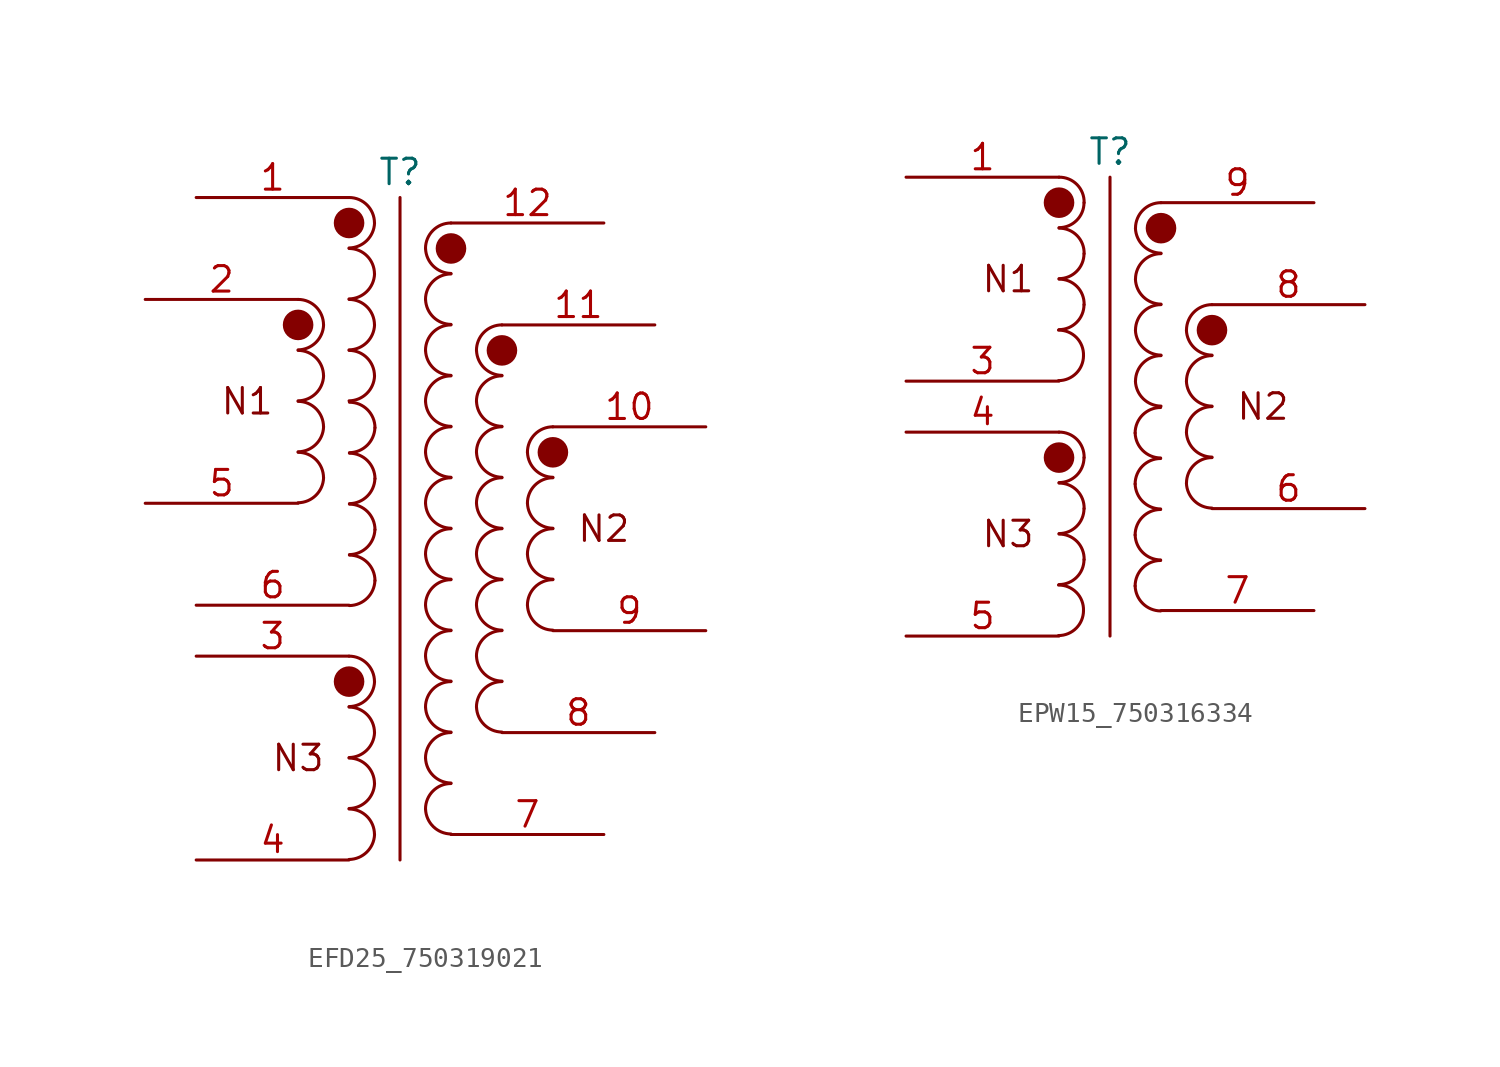
<source format=kicad_sym>
(kicad_symbol_lib
  (version 20220914)
  (generator kicad_symbol_editor)
  (symbol "EFD25_750319021"
    (pin_names hide)
    (property "Reference" "T"
      (at 0 17.78 0)
      (effects (font (size 1.27 1.27))))
    (property "Critical Parameter" ""
      (at 0 -5.08 0)
      (effects (font (size 1.27 1.27)) (justify left)))
    (symbol "EFD25_750319021_0_1"
      (arc (start -5.08 1.2954) (mid -4.1961 1.6637) (end -3.81 2.54) (stroke (width 0) (type default)) (fill (type none)))
      (arc (start -5.08 3.8354) (mid -4.1961 4.2037) (end -3.81 5.08) (stroke (width 0) (type default)) (fill (type none)))
      (arc (start -5.08 6.3754) (mid -4.1961 6.7437) (end -3.81 7.62) (stroke (width 0) (type default)) (fill (type none)))
      (arc (start -5.08 8.9154) (mid -4.1961 9.2837) (end -3.81 10.16) (stroke (width 0) (type default)) (fill (type none)))
      (arc (start -3.81 2.54) (mid -4.182 3.438) (end -5.08 3.81) (stroke (width 0) (type default)) (fill (type none)))
      (arc (start -3.81 5.08) (mid -4.182 5.978) (end -5.08 6.35) (stroke (width 0) (type default)) (fill (type none)))
      (arc (start -3.81 7.62) (mid -4.182 8.518) (end -5.08 8.89) (stroke (width 0) (type default)) (fill (type none)))
      (arc (start -3.81 10.16) (mid -4.182 11.058) (end -5.08 11.43) (stroke (width 0) (type default)) (fill (type none)))
      (arc (start -2.54 -16.4846) (mid -1.6561 -16.1163) (end -1.27 -15.24) (stroke (width 0) (type default)) (fill (type none)))
      (arc (start -2.54 -13.9446) (mid -1.6561 -13.5763) (end -1.27 -12.7) (stroke (width 0) (type default)) (fill (type none)))
      (arc (start -2.54 -11.4046) (mid -1.6561 -11.0363) (end -1.27 -10.16) (stroke (width 0) (type default)) (fill (type none)))
      (arc (start -2.54 -8.8646) (mid -1.6561 -8.4963) (end -1.27 -7.62) (stroke (width 0) (type default)) (fill (type none)))
      (arc (start -2.54 6.3754) (mid -1.6561 6.7437) (end -1.27 7.62) (stroke (width 0) (type default)) (fill (type none)))
      (arc (start -2.54 8.9154) (mid -1.6561 9.2837) (end -1.27 10.16) (stroke (width 0) (type default)) (fill (type none)))
      (arc (start -2.54 11.4554) (mid -1.6561 11.8237) (end -1.27 12.7) (stroke (width 0) (type default)) (fill (type none)))
      (arc (start -2.54 13.9954) (mid -1.6561 14.3637) (end -1.27 15.24) (stroke (width 0) (type default)) (fill (type none)))
      (arc (start -2.5215 -3.8291) (mid -1.6376 -3.4608) (end -1.2515 -2.5845) (stroke (width 0) (type default)) (fill (type none)))
      (arc (start -2.5215 -1.2891) (mid -1.6376 -0.9208) (end -1.2515 -0.0445) (stroke (width 0) (type default)) (fill (type none)))
      (arc (start -2.5215 1.2509) (mid -1.6376 1.6192) (end -1.2515 2.4955) (stroke (width 0) (type default)) (fill (type none)))
      (arc (start -2.5215 3.7909) (mid -1.6376 4.1592) (end -1.2515 5.0355) (stroke (width 0) (type default)) (fill (type none)))
      (arc (start -1.27 -15.24) (mid -1.642 -14.342) (end -2.54 -13.97) (stroke (width 0) (type default)) (fill (type none)))
      (arc (start -1.27 -12.7) (mid -1.642 -11.802) (end -2.54 -11.43) (stroke (width 0) (type default)) (fill (type none)))
      (arc (start -1.27 -10.16) (mid -1.642 -9.262) (end -2.54 -8.89) (stroke (width 0) (type default)) (fill (type none)))
      (arc (start -1.27 -7.62) (mid -1.642 -6.722) (end -2.54 -6.35) (stroke (width 0) (type default)) (fill (type none)))
      (arc (start -1.27 7.62) (mid -1.642 8.518) (end -2.54 8.89) (stroke (width 0) (type default)) (fill (type none)))
      (arc (start -1.27 10.16) (mid -1.642 11.058) (end -2.54 11.43) (stroke (width 0) (type default)) (fill (type none)))
      (arc (start -1.27 12.7) (mid -1.642 13.598) (end -2.54 13.97) (stroke (width 0) (type default)) (fill (type none)))
      (arc (start -1.27 15.24) (mid -1.642 16.138) (end -2.54 16.51) (stroke (width 0) (type default)) (fill (type none)))
      (arc (start -1.2515 -2.5845) (mid -1.6235 -1.6865) (end -2.5215 -1.3145) (stroke (width 0) (type default)) (fill (type none)))
      (arc (start -1.2515 -0.0445) (mid -1.6235 0.8535) (end -2.5215 1.2255) (stroke (width 0) (type default)) (fill (type none)))
      (arc (start -1.2515 2.4955) (mid -1.6235 3.3935) (end -2.5215 3.7655) (stroke (width 0) (type default)) (fill (type none)))
      (arc (start -1.2515 5.0355) (mid -1.6235 5.9335) (end -2.5215 6.3055) (stroke (width 0) (type default)) (fill (type none)))
      (polyline (pts (xy 0 16.51) (xy 0 -16.51)) (stroke (width 0) (type default)) (fill (type none)))
      (arc (start 1.27 -13.97) (mid 1.656 -14.8464) (end 2.54 -15.2146) (stroke (width 0) (type default)) (fill (type none)))
      (arc (start 1.27 -11.43) (mid 1.656 -12.3064) (end 2.54 -12.6746) (stroke (width 0) (type default)) (fill (type none)))
      (arc (start 1.27 -8.89) (mid 1.656 -9.7664) (end 2.54 -10.1346) (stroke (width 0) (type default)) (fill (type none)))
      (arc (start 1.27 -6.35) (mid 1.656 -7.2264) (end 2.54 -7.5946) (stroke (width 0) (type default)) (fill (type none)))
      (arc (start 1.27 -3.81) (mid 1.656 -4.6864) (end 2.54 -5.0546) (stroke (width 0) (type default)) (fill (type none)))
      (arc (start 1.27 -1.27) (mid 1.656 -2.1464) (end 2.54 -2.5146) (stroke (width 0) (type default)) (fill (type none)))
      (arc (start 1.27 1.27) (mid 1.656 0.3936) (end 2.54 0.0254) (stroke (width 0) (type default)) (fill (type none)))
      (arc (start 1.27 3.81) (mid 1.656 2.9336) (end 2.54 2.5654) (stroke (width 0) (type default)) (fill (type none)))
      (arc (start 1.27 6.35) (mid 1.656 5.4736) (end 2.54 5.1054) (stroke (width 0) (type default)) (fill (type none)))
      (arc (start 1.27 8.89) (mid 1.656 8.0136) (end 2.54 7.6454) (stroke (width 0) (type default)) (fill (type none)))
      (arc (start 1.27 11.43) (mid 1.656 10.5536) (end 2.54 10.1854) (stroke (width 0) (type default)) (fill (type none)))
      (arc (start 1.27 13.97) (mid 1.656 13.0936) (end 2.54 12.7254) (stroke (width 0) (type default)) (fill (type none)))
      (arc (start 2.54 -12.7) (mid 1.642 -13.072) (end 1.27 -13.97) (stroke (width 0) (type default)) (fill (type none)))
      (arc (start 2.54 -10.16) (mid 1.642 -10.532) (end 1.27 -11.43) (stroke (width 0) (type default)) (fill (type none)))
      (arc (start 2.54 -7.62) (mid 1.642 -7.992) (end 1.27 -8.89) (stroke (width 0) (type default)) (fill (type none)))
      (arc (start 2.54 -5.08) (mid 1.642 -5.452) (end 1.27 -6.35) (stroke (width 0) (type default)) (fill (type none)))
      (arc (start 2.54 -2.54) (mid 1.642 -2.912) (end 1.27 -3.81) (stroke (width 0) (type default)) (fill (type none)))
      (arc (start 2.54 0) (mid 1.642 -0.372) (end 1.27 -1.27) (stroke (width 0) (type default)) (fill (type none)))
      (arc (start 2.54 2.54) (mid 1.642 2.168) (end 1.27 1.27) (stroke (width 0) (type default)) (fill (type none)))
      (arc (start 2.54 5.08) (mid 1.642 4.708) (end 1.27 3.81) (stroke (width 0) (type default)) (fill (type none)))
      (arc (start 2.54 7.62) (mid 1.642 7.248) (end 1.27 6.35) (stroke (width 0) (type default)) (fill (type none)))
      (arc (start 2.54 10.16) (mid 1.642 9.788) (end 1.27 8.89) (stroke (width 0) (type default)) (fill (type none)))
      (arc (start 2.54 12.7) (mid 1.642 12.328) (end 1.27 11.43) (stroke (width 0) (type default)) (fill (type none)))
      (arc (start 2.54 15.24) (mid 1.642 14.868) (end 1.27 13.97) (stroke (width 0) (type default)) (fill (type none)))
      (arc (start 3.81 -8.89) (mid 4.196 -9.7664) (end 5.08 -10.1346) (stroke (width 0) (type default)) (fill (type none)))
      (arc (start 3.81 -6.35) (mid 4.196 -7.2264) (end 5.08 -7.5946) (stroke (width 0) (type default)) (fill (type none)))
      (arc (start 3.81 -3.81) (mid 4.196 -4.6864) (end 5.08 -5.0546) (stroke (width 0) (type default)) (fill (type none)))
      (arc (start 3.81 -1.27) (mid 4.196 -2.1464) (end 5.08 -2.5146) (stroke (width 0) (type default)) (fill (type none)))
      (arc (start 3.81 1.27) (mid 4.196 0.3936) (end 5.08 0.0254) (stroke (width 0) (type default)) (fill (type none)))
      (arc (start 3.81 3.81) (mid 4.196 2.9336) (end 5.08 2.5654) (stroke (width 0) (type default)) (fill (type none)))
      (arc (start 3.81 6.35) (mid 4.196 5.4736) (end 5.08 5.1054) (stroke (width 0) (type default)) (fill (type none)))
      (arc (start 3.81 8.89) (mid 4.196 8.0136) (end 5.08 7.6454) (stroke (width 0) (type default)) (fill (type none)))
      (arc (start 5.08 -7.62) (mid 4.182 -7.992) (end 3.81 -8.89) (stroke (width 0) (type default)) (fill (type none)))
      (arc (start 5.08 -5.08) (mid 4.182 -5.452) (end 3.81 -6.35) (stroke (width 0) (type default)) (fill (type none)))
      (arc (start 5.08 -2.54) (mid 4.182 -2.912) (end 3.81 -3.81) (stroke (width 0) (type default)) (fill (type none)))
      (arc (start 5.08 0) (mid 4.182 -0.372) (end 3.81 -1.27) (stroke (width 0) (type default)) (fill (type none)))
      (arc (start 5.08 2.54) (mid 4.182 2.168) (end 3.81 1.27) (stroke (width 0) (type default)) (fill (type none)))
      (arc (start 5.08 5.08) (mid 4.182 4.708) (end 3.81 3.81) (stroke (width 0) (type default)) (fill (type none)))
      (arc (start 5.08 7.62) (mid 4.182 7.248) (end 3.81 6.35) (stroke (width 0) (type default)) (fill (type none)))
      (arc (start 5.08 10.16) (mid 4.182 9.788) (end 3.81 8.89) (stroke (width 0) (type default)) (fill (type none)))
      (arc (start 6.35 -3.81) (mid 6.7361 -4.6863) (end 7.62 -5.0546) (stroke (width 0) (type default)) (fill (type none)))
      (arc (start 6.35 -1.27) (mid 6.7361 -2.1463) (end 7.62 -2.5146) (stroke (width 0) (type default)) (fill (type none)))
      (arc (start 6.35 1.27) (mid 6.7361 0.3937) (end 7.62 0.0254) (stroke (width 0) (type default)) (fill (type none)))
      (arc (start 6.35 3.81) (mid 6.7361 2.9337) (end 7.62 2.5654) (stroke (width 0) (type default)) (fill (type none)))
      (arc (start 7.62 -2.54) (mid 6.722 -2.912) (end 6.35 -3.81) (stroke (width 0) (type default)) (fill (type none)))
      (arc (start 7.62 0) (mid 6.722 -0.372) (end 6.35 -1.27) (stroke (width 0) (type default)) (fill (type none)))
      (arc (start 7.62 2.54) (mid 6.722 2.168) (end 6.35 1.27) (stroke (width 0) (type default)) (fill (type none)))
      (arc (start 7.62 5.08) (mid 6.722 4.708) (end 6.35 3.81) (stroke (width 0) (type default)) (fill (type none))))
    (symbol "EFD25_750319021_1_1"
      (circle (center -5.08 10.16) (radius 0.0001) (stroke (width 0.762) (type default)) (fill (type none)))
      (circle (center -2.54 -7.62) (radius 0.0001) (stroke (width 0.762) (type default)) (fill (type none)))
      (circle (center -2.54 15.24) (radius 0.0001) (stroke (width 0.762) (type default)) (fill (type none)))
      (circle (center 2.54 13.97) (radius 0.0001) (stroke (width 0.762) (type default)) (fill (type none)))
      (circle (center 5.08 8.89) (radius 0.0001) (stroke (width 0.762) (type default)) (fill (type none)))
      (circle (center 7.62 3.81) (radius 0.0001) (stroke (width 0.762) (type default)) (fill (type none)))
      (text "N1" (at -7.62 6.35 0) (effects (font (size 1.27 1.27))))
      (text "N2" (at 10.16 0 0) (effects (font (size 1.27 1.27))))
      (text "N3" (at -5.08 -11.43 0) (effects (font (size 1.27 1.27))))
      (pin passive line (at -10.16 16.51 0) (length 7.62) (name "1" (effects (font (size 1.27 1.27)))) (number "1" (effects (font (size 1.27 1.27)))))
      (pin passive line (at 15.24 5.08 180) (length 7.62) (name "10" (effects (font (size 1.27 1.27)))) (number "10" (effects (font (size 1.27 1.27)))))
      (pin passive line (at 12.7 10.16 180) (length 7.62) (name "11" (effects (font (size 1.27 1.27)))) (number "11" (effects (font (size 1.27 1.27)))))
      (pin passive line (at 10.16 15.24 180) (length 7.62) (name "12" (effects (font (size 1.27 1.27)))) (number "12" (effects (font (size 1.27 1.27)))))
      (pin passive line (at -12.7 11.43 0) (length 7.62) (name "2" (effects (font (size 1.27 1.27)))) (number "2" (effects (font (size 1.27 1.27)))))
      (pin passive line (at -10.16 -6.35 0) (length 7.62) (name "3" (effects (font (size 1.27 1.27)))) (number "3" (effects (font (size 1.27 1.27)))))
      (pin passive line (at -10.16 -16.51 0) (length 7.62) (name "4" (effects (font (size 1.27 1.27)))) (number "4" (effects (font (size 1.27 1.27)))))
      (pin passive line (at -12.7 1.27 0) (length 7.62) (name "5" (effects (font (size 1.27 1.27)))) (number "5" (effects (font (size 1.27 1.27)))))
      (pin passive line (at -10.16 -3.81 0) (length 7.62) (name "6" (effects (font (size 1.27 1.27)))) (number "6" (effects (font (size 1.27 1.27)))))
      (pin passive line (at 10.16 -15.24 180) (length 7.62) (name "7" (effects (font (size 1.27 1.27)))) (number "7" (effects (font (size 1.27 1.27)))))
      (pin passive line (at 12.7 -10.16 180) (length 7.62) (name "8" (effects (font (size 1.27 1.27)))) (number "8" (effects (font (size 1.27 1.27)))))
      (pin passive line (at 15.24 -5.08 180) (length 7.62) (name "9" (effects (font (size 1.27 1.27)))) (number "9" (effects (font (size 1.27 1.27)))))))
  (symbol "EPW15_750316334"
    (pin_names hide)
    (property "Reference" "T"
      (at 0 12.7 0)
      (effects (font (size 1.27 1.27))))
    (property "Critical Parameter" ""
      (at 0 -5.08 0)
      (effects (font (size 1.27 1.27)) (justify left)))
    (symbol "EPW15_750316334_0_1"
      (arc (start -2.5654 -11.4046) (mid -1.6855 -11.0399) (end -1.3208 -10.16) (stroke (width 0) (type default)) (fill (type none)))
      (arc (start -2.5654 1.2954) (mid -1.6855 1.6601) (end -1.3208 2.54) (stroke (width 0) (type default)) (fill (type none)))
      (arc (start -2.54 -8.8646) (mid -1.6601 -8.4999) (end -1.2954 -7.62) (stroke (width 0) (type default)) (fill (type none)))
      (arc (start -2.54 -6.3246) (mid -1.6601 -5.9599) (end -1.2954 -5.08) (stroke (width 0) (type default)) (fill (type none)))
      (arc (start -2.54 -3.7846) (mid -1.6601 -3.4199) (end -1.2954 -2.54) (stroke (width 0) (type default)) (fill (type none)))
      (arc (start -2.54 3.8354) (mid -1.6601 4.2001) (end -1.2954 5.08) (stroke (width 0) (type default)) (fill (type none)))
      (arc (start -2.54 6.3754) (mid -1.6601 6.7401) (end -1.2954 7.62) (stroke (width 0) (type default)) (fill (type none)))
      (arc (start -2.54 8.9154) (mid -1.6601 9.2801) (end -1.2954 10.16) (stroke (width 0) (type default)) (fill (type none)))
      (arc (start -1.3208 -10.16) (mid -1.6708 -9.2582) (end -2.5654 -8.89) (stroke (width 0) (type default)) (fill (type none)))
      (arc (start -1.3208 2.54) (mid -1.6708 3.4418) (end -2.5654 3.81) (stroke (width 0) (type default)) (fill (type none)))
      (arc (start -1.2954 -7.62) (mid -1.646 -6.7187) (end -2.54 -6.35) (stroke (width 0) (type default)) (fill (type none)))
      (arc (start -1.2954 -5.08) (mid -1.646 -4.1787) (end -2.54 -3.81) (stroke (width 0) (type default)) (fill (type none)))
      (arc (start -1.2954 -2.54) (mid -1.646 -1.6387) (end -2.54 -1.27) (stroke (width 0) (type default)) (fill (type none)))
      (arc (start -1.2954 5.08) (mid -1.646 5.9813) (end -2.54 6.35) (stroke (width 0) (type default)) (fill (type none)))
      (arc (start -1.2954 7.62) (mid -1.646 8.5213) (end -2.54 8.89) (stroke (width 0) (type default)) (fill (type none)))
      (arc (start -1.2954 10.16) (mid -1.646 11.0613) (end -2.54 11.43) (stroke (width 0) (type default)) (fill (type none)))
      (polyline (pts (xy 0 11.43) (xy 0 -11.43)) (stroke (width 0) (type default)) (fill (type none)))
      (arc (start 1.2515 -8.9345) (mid 1.6376 -9.8108) (end 2.5215 -10.1791) (stroke (width 0) (type default)) (fill (type none)))
      (arc (start 1.2515 -6.3945) (mid 1.6376 -7.2708) (end 2.5215 -7.6391) (stroke (width 0) (type default)) (fill (type none)))
      (arc (start 1.2515 -3.8545) (mid 1.6376 -4.7308) (end 2.5215 -5.0991) (stroke (width 0) (type default)) (fill (type none)))
      (arc (start 1.2515 -1.3145) (mid 1.6376 -2.1908) (end 2.5215 -2.5591) (stroke (width 0) (type default)) (fill (type none)))
      (arc (start 1.27 1.27) (mid 1.6561 0.3937) (end 2.54 0.0254) (stroke (width 0) (type default)) (fill (type none)))
      (arc (start 1.27 3.81) (mid 1.6561 2.9337) (end 2.54 2.5654) (stroke (width 0) (type default)) (fill (type none)))
      (arc (start 1.27 6.35) (mid 1.6561 5.4737) (end 2.54 5.1054) (stroke (width 0) (type default)) (fill (type none)))
      (arc (start 1.27 8.89) (mid 1.6561 8.0137) (end 2.54 7.6454) (stroke (width 0) (type default)) (fill (type none)))
      (arc (start 2.5215 -7.6645) (mid 1.6235 -8.0365) (end 1.2515 -8.9345) (stroke (width 0) (type default)) (fill (type none)))
      (arc (start 2.5215 -5.1245) (mid 1.6235 -5.4965) (end 1.2515 -6.3945) (stroke (width 0) (type default)) (fill (type none)))
      (arc (start 2.5215 -2.5845) (mid 1.6235 -2.9565) (end 1.2515 -3.8545) (stroke (width 0) (type default)) (fill (type none)))
      (arc (start 2.5215 -0.0445) (mid 1.6235 -0.4165) (end 1.2515 -1.3145) (stroke (width 0) (type default)) (fill (type none)))
      (arc (start 2.54 2.54) (mid 1.642 2.168) (end 1.27 1.27) (stroke (width 0) (type default)) (fill (type none)))
      (arc (start 2.54 5.08) (mid 1.642 4.708) (end 1.27 3.81) (stroke (width 0) (type default)) (fill (type none)))
      (arc (start 2.54 7.62) (mid 1.642 7.248) (end 1.27 6.35) (stroke (width 0) (type default)) (fill (type none)))
      (arc (start 2.54 10.16) (mid 1.642 9.788) (end 1.27 8.89) (stroke (width 0) (type default)) (fill (type none)))
      (arc (start 3.81 -3.81) (mid 4.1961 -4.6863) (end 5.08 -5.0546) (stroke (width 0) (type default)) (fill (type none)))
      (arc (start 3.81 -1.27) (mid 4.1961 -2.1463) (end 5.08 -2.5146) (stroke (width 0) (type default)) (fill (type none)))
      (arc (start 3.81 1.27) (mid 4.1961 0.3937) (end 5.08 0.0254) (stroke (width 0) (type default)) (fill (type none)))
      (arc (start 3.81 3.81) (mid 4.1961 2.9337) (end 5.08 2.5654) (stroke (width 0) (type default)) (fill (type none)))
      (arc (start 5.08 -2.54) (mid 4.182 -2.912) (end 3.81 -3.81) (stroke (width 0) (type default)) (fill (type none)))
      (arc (start 5.08 0) (mid 4.182 -0.372) (end 3.81 -1.27) (stroke (width 0) (type default)) (fill (type none)))
      (arc (start 5.08 2.54) (mid 4.182 2.168) (end 3.81 1.27) (stroke (width 0) (type default)) (fill (type none)))
      (arc (start 5.08 5.08) (mid 4.182 4.708) (end 3.81 3.81) (stroke (width 0) (type default)) (fill (type none))))
    (symbol "EPW15_750316334_1_1"
      (circle (center -2.54 -2.54) (radius 0.0001) (stroke (width 0.762) (type default)) (fill (type none)))
      (circle (center -2.54 10.16) (radius 0.0001) (stroke (width 0.762) (type default)) (fill (type none)))
      (circle (center 2.54 8.89) (radius 0.0001) (stroke (width 0.762) (type default)) (fill (type none)))
      (circle (center 5.08 3.81) (radius 0.0001) (stroke (width 0.762) (type default)) (fill (type none)))
      (text "N1" (at -5.08 6.35 0) (effects (font (size 1.27 1.27))))
      (text "N2" (at 7.62 0 0) (effects (font (size 1.27 1.27))))
      (text "N3" (at -5.08 -6.35 0) (effects (font (size 1.27 1.27))))
      (pin passive line (at -10.16 11.43 0) (length 7.62) (name "1" (effects (font (size 1.27 1.27)))) (number "1" (effects (font (size 1.27 1.27)))))
      (pin passive line (at -10.16 1.27 0) (length 7.62) (name "3" (effects (font (size 1.27 1.27)))) (number "3" (effects (font (size 1.27 1.27)))))
      (pin passive line (at -10.16 -1.27 0) (length 7.62) (name "4" (effects (font (size 1.27 1.27)))) (number "4" (effects (font (size 1.27 1.27)))))
      (pin passive line (at -10.16 -11.43 0) (length 7.62) (name "5" (effects (font (size 1.27 1.27)))) (number "5" (effects (font (size 1.27 1.27)))))
      (pin passive line (at 12.7 -5.08 180) (length 7.62) (name "6" (effects (font (size 1.27 1.27)))) (number "6" (effects (font (size 1.27 1.27)))))
      (pin passive line (at 10.16 -10.16 180) (length 7.62) (name "7" (effects (font (size 1.27 1.27)))) (number "7" (effects (font (size 1.27 1.27)))))
      (pin passive line (at 12.7 5.08 180) (length 7.62) (name "8" (effects (font (size 1.27 1.27)))) (number "8" (effects (font (size 1.27 1.27)))))
      (pin passive line (at 10.16 10.16 180) (length 7.62) (name "9" (effects (font (size 1.27 1.27)))) (number "9" (effects (font (size 1.27 1.27))))))))
</source>
